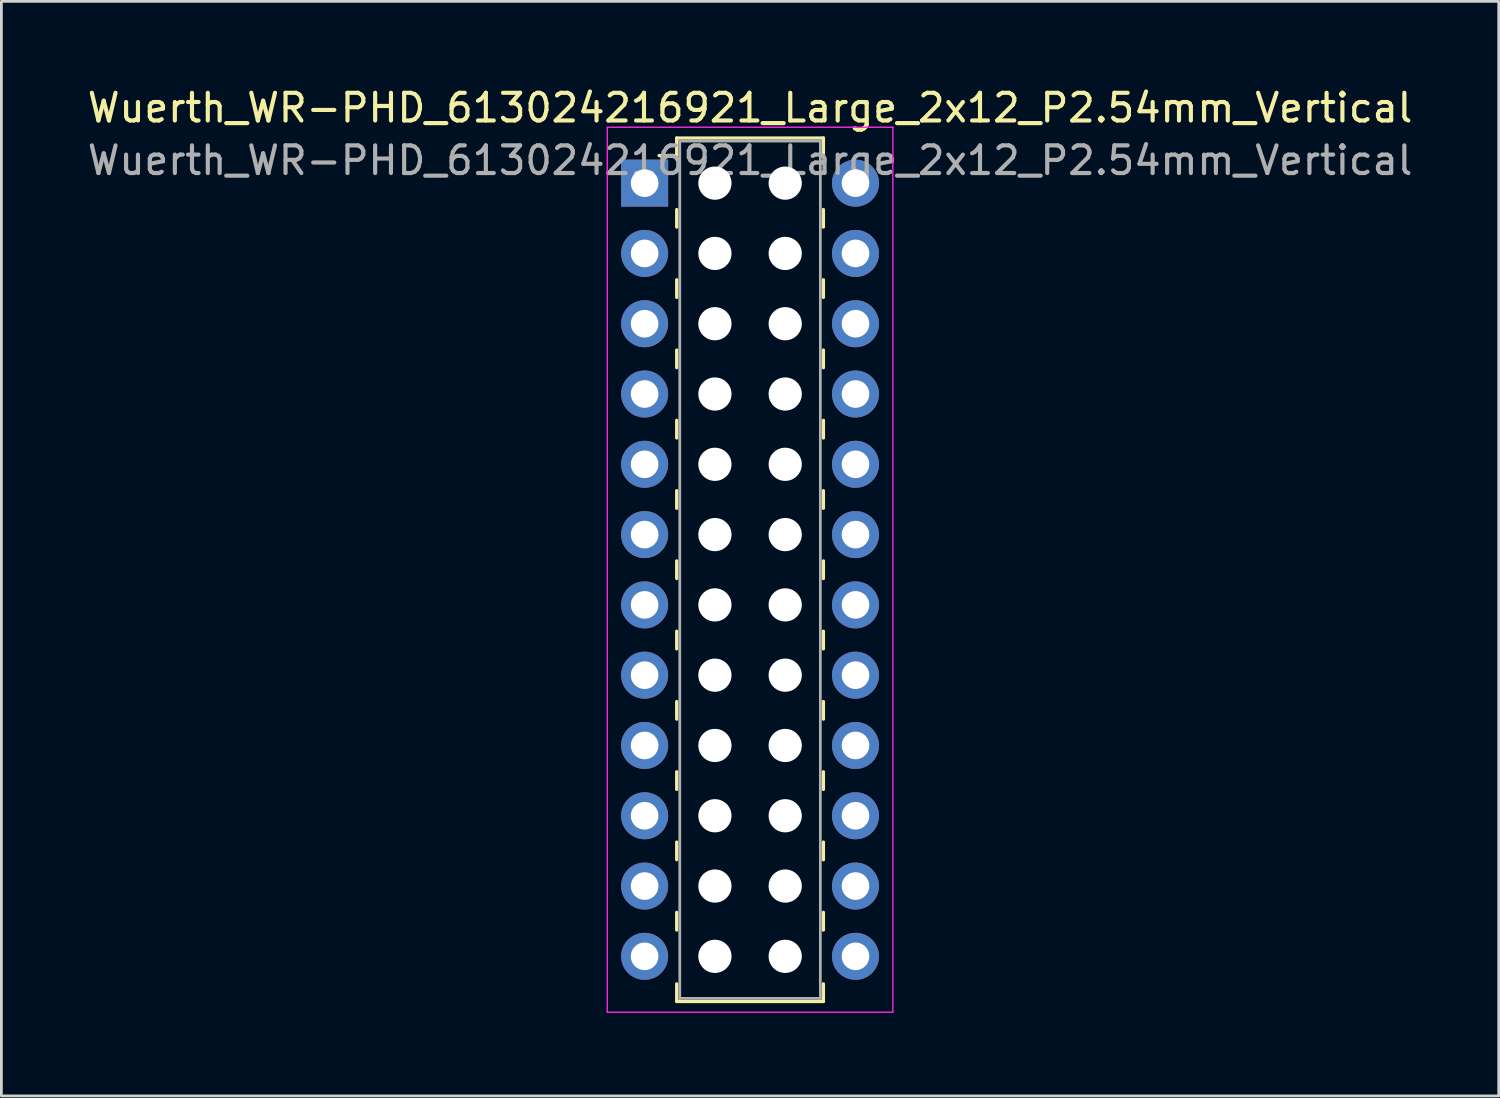
<source format=kicad_pcb>
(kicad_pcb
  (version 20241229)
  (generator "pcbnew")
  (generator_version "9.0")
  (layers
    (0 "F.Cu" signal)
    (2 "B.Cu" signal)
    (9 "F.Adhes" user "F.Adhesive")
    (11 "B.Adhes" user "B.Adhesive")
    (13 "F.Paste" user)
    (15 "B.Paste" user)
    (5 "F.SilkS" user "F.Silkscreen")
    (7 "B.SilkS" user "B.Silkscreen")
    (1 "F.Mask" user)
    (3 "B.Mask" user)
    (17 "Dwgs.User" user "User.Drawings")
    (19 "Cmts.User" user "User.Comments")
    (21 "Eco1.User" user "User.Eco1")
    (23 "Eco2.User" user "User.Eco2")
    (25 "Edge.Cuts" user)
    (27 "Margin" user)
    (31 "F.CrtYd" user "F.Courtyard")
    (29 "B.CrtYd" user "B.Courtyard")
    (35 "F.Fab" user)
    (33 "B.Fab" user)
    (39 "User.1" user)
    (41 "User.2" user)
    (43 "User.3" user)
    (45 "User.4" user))
  (footprint "Wuerth_WR-PHD_613024216921_Large_2x12_P2.54mm_Vertical"
    (layer "F.Cu")
    (at 20.244 3.568)
    (property "Reference" "Wuerth_WR-PHD_613024216921_Large_2x12_P2.54mm_Vertical" (at 3.81 -2.72 0) (layer "F.SilkS") (effects (font (size 1 1) (thickness 0.15))))
    (attr through_hole)
    (fp_line (start 1.16 -1.63) (end 1.16 -0.995) (stroke (width 0.12) (type solid)) (layer "F.SilkS"))
    (fp_line (start 1.16 -1.63) (end 6.46 -1.63) (stroke (width 0.12) (type solid)) (layer "F.SilkS"))
    (fp_line (start 1.16 -0.995) (end 0.525 -0.995) (stroke (width 0.12) (type solid)) (layer "F.SilkS"))
    (fp_line (start 1.16 0.953) (end 1.16 1.587) (stroke (width 0.12) (type solid)) (layer "F.SilkS"))
    (fp_line (start 1.16 3.493) (end 1.16 4.128) (stroke (width 0.12) (type solid)) (layer "F.SilkS"))
    (fp_line (start 1.16 6.032) (end 1.16 6.668) (stroke (width 0.12) (type solid)) (layer "F.SilkS"))
    (fp_line (start 1.16 8.572) (end 1.16 9.207) (stroke (width 0.12) (type solid)) (layer "F.SilkS"))
    (fp_line (start 1.16 11.113) (end 1.16 11.748) (stroke (width 0.12) (type solid)) (layer "F.SilkS"))
    (fp_line (start 1.16 13.652) (end 1.16 14.287) (stroke (width 0.12) (type solid)) (layer "F.SilkS"))
    (fp_line (start 1.16 16.192) (end 1.16 16.828) (stroke (width 0.12) (type solid)) (layer "F.SilkS"))
    (fp_line (start 1.16 18.733) (end 1.16 19.367) (stroke (width 0.12) (type solid)) (layer "F.SilkS"))
    (fp_line (start 1.16 21.273) (end 1.16 21.907) (stroke (width 0.12) (type solid)) (layer "F.SilkS"))
    (fp_line (start 1.16 23.812) (end 1.16 24.448) (stroke (width 0.12) (type solid)) (layer "F.SilkS"))
    (fp_line (start 1.16 26.352) (end 1.16 26.988) (stroke (width 0.12) (type solid)) (layer "F.SilkS"))
    (fp_line (start 1.16 29.57) (end 1.16 28.935) (stroke (width 0.12) (type solid)) (layer "F.SilkS"))
    (fp_line (start 1.16 29.57) (end 6.46 29.57) (stroke (width 0.12) (type solid)) (layer "F.SilkS"))
    (fp_line (start 6.46 -1.63) (end 6.46 -0.995) (stroke (width 0.12) (type solid)) (layer "F.SilkS"))
    (fp_line (start 6.46 0.953) (end 6.46 1.587) (stroke (width 0.12) (type solid)) (layer "F.SilkS"))
    (fp_line (start 6.46 3.493) (end 6.46 4.128) (stroke (width 0.12) (type solid)) (layer "F.SilkS"))
    (fp_line (start 6.46 6.032) (end 6.46 6.668) (stroke (width 0.12) (type solid)) (layer "F.SilkS"))
    (fp_line (start 6.46 8.572) (end 6.46 9.207) (stroke (width 0.12) (type solid)) (layer "F.SilkS"))
    (fp_line (start 6.46 11.113) (end 6.46 11.748) (stroke (width 0.12) (type solid)) (layer "F.SilkS"))
    (fp_line (start 6.46 13.652) (end 6.46 14.287) (stroke (width 0.12) (type solid)) (layer "F.SilkS"))
    (fp_line (start 6.46 16.192) (end 6.46 16.828) (stroke (width 0.12) (type solid)) (layer "F.SilkS"))
    (fp_line (start 6.46 18.733) (end 6.46 19.367) (stroke (width 0.12) (type solid)) (layer "F.SilkS"))
    (fp_line (start 6.46 21.273) (end 6.46 21.907) (stroke (width 0.12) (type solid)) (layer "F.SilkS"))
    (fp_line (start 6.46 23.812) (end 6.46 24.448) (stroke (width 0.12) (type solid)) (layer "F.SilkS"))
    (fp_line (start 6.46 26.352) (end 6.46 26.988) (stroke (width 0.12) (type solid)) (layer "F.SilkS"))
    (fp_line (start 6.46 29.57) (end 6.46 28.935) (stroke (width 0.12) (type solid)) (layer "F.SilkS"))
    (fp_line (start -1.35 -2.02) (end -1.35 29.96) (stroke (width 0.05) (type solid)) (layer "F.CrtYd"))
    (fp_line (start -1.35 29.96) (end 8.97 29.96) (stroke (width 0.05) (type solid)) (layer "F.CrtYd"))
    (fp_line (start 8.97 -2.02) (end -1.35 -2.02) (stroke (width 0.05) (type solid)) (layer "F.CrtYd"))
    (fp_line (start 8.97 29.96) (end 8.97 -2.02) (stroke (width 0.05) (type solid)) (layer "F.CrtYd"))
    (fp_line (start 1.27 -1.52) (end 1.27 29.46) (stroke (width 0.1) (type solid)) (layer "F.Fab"))
    (fp_line (start 1.27 29.46) (end 6.35 29.46) (stroke (width 0.1) (type solid)) (layer "F.Fab"))
    (fp_line (start 6.35 -1.52) (end 1.27 -1.52) (stroke (width 0.1) (type solid)) (layer "F.Fab"))
    (fp_line (start 6.35 29.46) (end 6.35 -1.52) (stroke (width 0.1) (type solid)) (layer "F.Fab"))
    (fp_text user "${REFERENCE}" (at 3.81 -0.82 0) (layer "F.Fab") (effects (font (size 1 1) (thickness 0.15))))
    (pad "" np_thru_hole circle (at 2.54 0) (size 1.2 1.2) (drill 1.2) (layers "*.Cu" "*.Mask"))
    (pad "" np_thru_hole circle (at 2.54 2.54) (size 1.2 1.2) (drill 1.2) (layers "*.Cu" "*.Mask"))
    (pad "" np_thru_hole circle (at 2.54 5.08) (size 1.2 1.2) (drill 1.2) (layers "*.Cu" "*.Mask"))
    (pad "" np_thru_hole circle (at 2.54 7.62) (size 1.2 1.2) (drill 1.2) (layers "*.Cu" "*.Mask"))
    (pad "" np_thru_hole circle (at 2.54 10.16) (size 1.2 1.2) (drill 1.2) (layers "*.Cu" "*.Mask"))
    (pad "" np_thru_hole circle (at 2.54 12.7) (size 1.2 1.2) (drill 1.2) (layers "*.Cu" "*.Mask"))
    (pad "" np_thru_hole circle (at 2.54 15.24) (size 1.2 1.2) (drill 1.2) (layers "*.Cu" "*.Mask"))
    (pad "" np_thru_hole circle (at 2.54 17.78) (size 1.2 1.2) (drill 1.2) (layers "*.Cu" "*.Mask"))
    (pad "" np_thru_hole circle (at 2.54 20.32) (size 1.2 1.2) (drill 1.2) (layers "*.Cu" "*.Mask"))
    (pad "" np_thru_hole circle (at 2.54 22.86) (size 1.2 1.2) (drill 1.2) (layers "*.Cu" "*.Mask"))
    (pad "" np_thru_hole circle (at 2.54 25.4) (size 1.2 1.2) (drill 1.2) (layers "*.Cu" "*.Mask"))
    (pad "" np_thru_hole circle (at 2.54 27.94) (size 1.2 1.2) (drill 1.2) (layers "*.Cu" "*.Mask"))
    (pad "" np_thru_hole circle (at 5.08 0) (size 1.2 1.2) (drill 1.2) (layers "*.Cu" "*.Mask"))
    (pad "" np_thru_hole circle (at 5.08 2.54) (size 1.2 1.2) (drill 1.2) (layers "*.Cu" "*.Mask"))
    (pad "" np_thru_hole circle (at 5.08 5.08) (size 1.2 1.2) (drill 1.2) (layers "*.Cu" "*.Mask"))
    (pad "" np_thru_hole circle (at 5.08 7.62) (size 1.2 1.2) (drill 1.2) (layers "*.Cu" "*.Mask"))
    (pad "" np_thru_hole circle (at 5.08 10.16) (size 1.2 1.2) (drill 1.2) (layers "*.Cu" "*.Mask"))
    (pad "" np_thru_hole circle (at 5.08 12.7) (size 1.2 1.2) (drill 1.2) (layers "*.Cu" "*.Mask"))
    (pad "" np_thru_hole circle (at 5.08 15.24) (size 1.2 1.2) (drill 1.2) (layers "*.Cu" "*.Mask"))
    (pad "" np_thru_hole circle (at 5.08 17.78) (size 1.2 1.2) (drill 1.2) (layers "*.Cu" "*.Mask"))
    (pad "" np_thru_hole circle (at 5.08 20.32) (size 1.2 1.2) (drill 1.2) (layers "*.Cu" "*.Mask"))
    (pad "" np_thru_hole circle (at 5.08 22.86) (size 1.2 1.2) (drill 1.2) (layers "*.Cu" "*.Mask"))
    (pad "" np_thru_hole circle (at 5.08 25.4) (size 1.2 1.2) (drill 1.2) (layers "*.Cu" "*.Mask"))
    (pad "" np_thru_hole circle (at 5.08 27.94) (size 1.2 1.2) (drill 1.2) (layers "*.Cu" "*.Mask"))
    (pad "1" thru_hole rect (at 0 0) (size 1.7 1.7) (drill 1) (layers "*.Cu" "*.Mask"))
    (pad "2" thru_hole circle (at 7.62 0) (size 1.7 1.7) (drill 1) (layers "*.Cu" "*.Mask"))
    (pad "3" thru_hole circle (at 0 2.54) (size 1.7 1.7) (drill 1) (layers "*.Cu" "*.Mask"))
    (pad "4" thru_hole circle (at 7.62 2.54) (size 1.7 1.7) (drill 1) (layers "*.Cu" "*.Mask"))
    (pad "5" thru_hole circle (at 0 5.08) (size 1.7 1.7) (drill 1) (layers "*.Cu" "*.Mask"))
    (pad "6" thru_hole circle (at 7.62 5.08) (size 1.7 1.7) (drill 1) (layers "*.Cu" "*.Mask"))
    (pad "7" thru_hole circle (at 0 7.62) (size 1.7 1.7) (drill 1) (layers "*.Cu" "*.Mask"))
    (pad "8" thru_hole circle (at 7.62 7.62) (size 1.7 1.7) (drill 1) (layers "*.Cu" "*.Mask"))
    (pad "9" thru_hole circle (at 0 10.16) (size 1.7 1.7) (drill 1) (layers "*.Cu" "*.Mask"))
    (pad "10" thru_hole circle (at 7.62 10.16) (size 1.7 1.7) (drill 1) (layers "*.Cu" "*.Mask"))
    (pad "11" thru_hole circle (at 0 12.7) (size 1.7 1.7) (drill 1) (layers "*.Cu" "*.Mask"))
    (pad "12" thru_hole circle (at 7.62 12.7) (size 1.7 1.7) (drill 1) (layers "*.Cu" "*.Mask"))
    (pad "13" thru_hole circle (at 0 15.24) (size 1.7 1.7) (drill 1) (layers "*.Cu" "*.Mask"))
    (pad "14" thru_hole circle (at 7.62 15.24) (size 1.7 1.7) (drill 1) (layers "*.Cu" "*.Mask"))
    (pad "15" thru_hole circle (at 0 17.78) (size 1.7 1.7) (drill 1) (layers "*.Cu" "*.Mask"))
    (pad "16" thru_hole circle (at 7.62 17.78) (size 1.7 1.7) (drill 1) (layers "*.Cu" "*.Mask"))
    (pad "17" thru_hole circle (at 0 20.32) (size 1.7 1.7) (drill 1) (layers "*.Cu" "*.Mask"))
    (pad "18" thru_hole circle (at 7.62 20.32) (size 1.7 1.7) (drill 1) (layers "*.Cu" "*.Mask"))
    (pad "19" thru_hole circle (at 0 22.86) (size 1.7 1.7) (drill 1) (layers "*.Cu" "*.Mask"))
    (pad "20" thru_hole circle (at 7.62 22.86) (size 1.7 1.7) (drill 1) (layers "*.Cu" "*.Mask"))
    (pad "21" thru_hole circle (at 0 25.4) (size 1.7 1.7) (drill 1) (layers "*.Cu" "*.Mask"))
    (pad "22" thru_hole circle (at 7.62 25.4) (size 1.7 1.7) (drill 1) (layers "*.Cu" "*.Mask"))
    (pad "23" thru_hole circle (at 0 27.94) (size 1.7 1.7) (drill 1) (layers "*.Cu" "*.Mask"))
    (pad "24" thru_hole circle (at 7.62 27.94) (size 1.7 1.7) (drill 1) (layers "*.Cu" "*.Mask")))
  (gr_rect
    (start -3 -3)
    (end 51.107 36.553)
    (stroke (width 0.1) (type default))
    (fill no)
    (layer "Edge.Cuts")))
</source>
